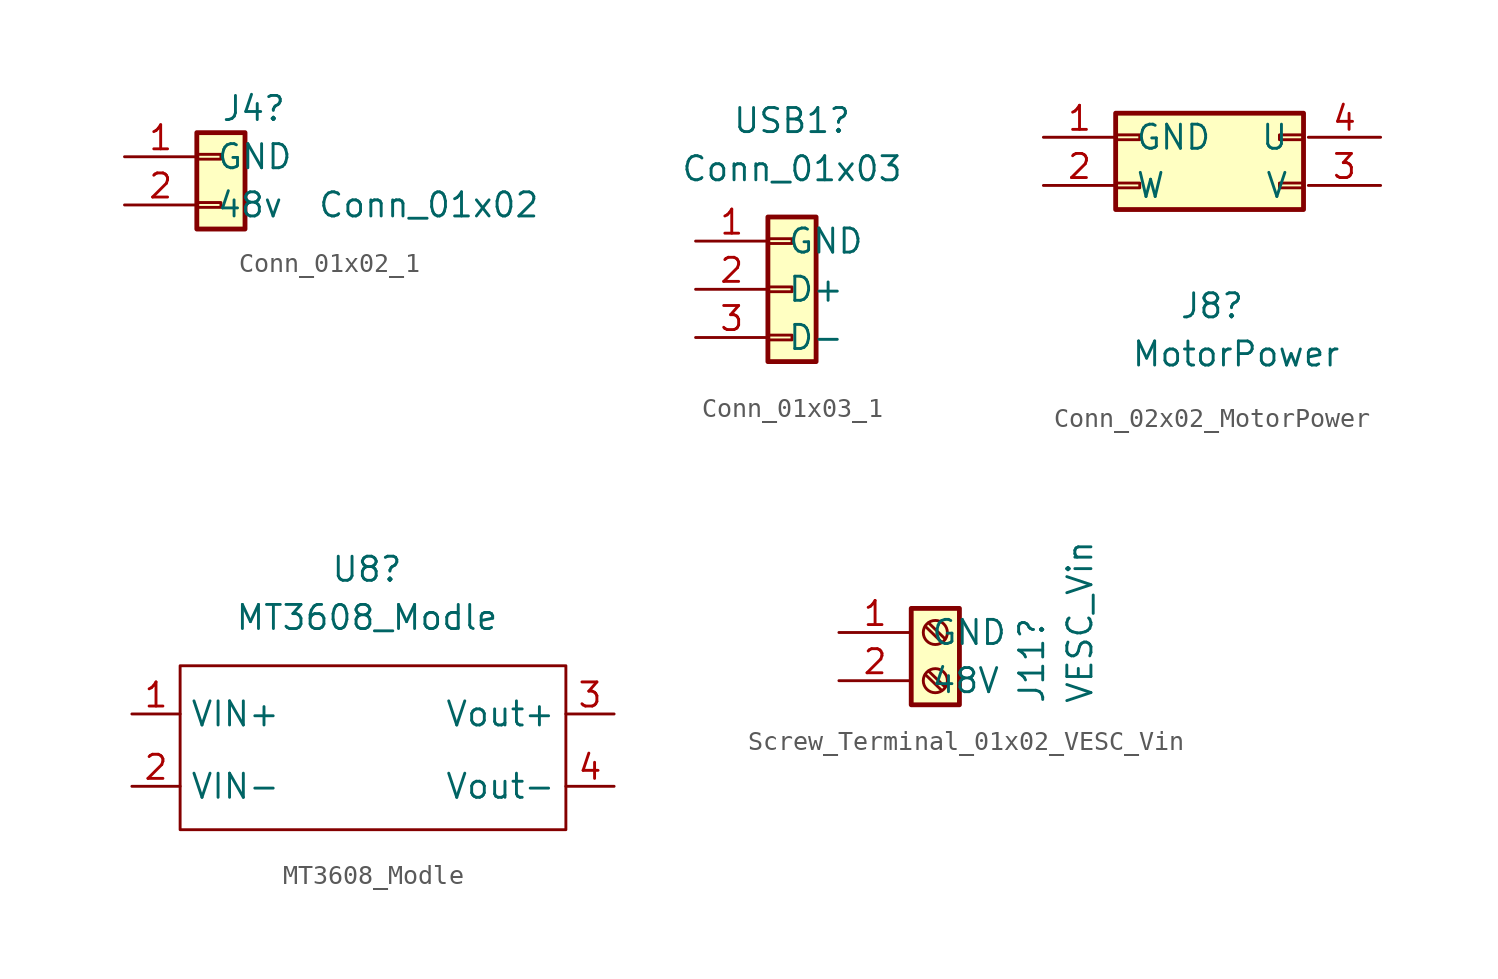
<source format=kicad_sym>
(kicad_symbol_lib
  (version 20220914)
  (generator kicad_symbol_editor)
  (symbol "Conn_01x02_1"
    (pin_names
      (offset 1.016))
    (property "Reference" "J4"
      (at 0 2.54 0)
      (effects (font (size 1.27 1.27)) (justify left)))
    (property "Value" "Conn_01x02"
      (at 5.08 -2.54 0)
      (effects (font (size 1.27 1.27)) (justify left)))
    (symbol "Conn_01x02_1_1_1"
      (rectangle (start -1.27 -2.413) (end 0 -2.667) (stroke (width 0.152) (type default)) (fill (type none)))
      (rectangle (start -1.27 0.127) (end 0 -0.127) (stroke (width 0.152) (type default)) (fill (type none)))
      (rectangle (start -1.27 1.27) (end 1.27 -3.81) (stroke (width 0.254) (type default)) (fill (type background)))
      (pin passive line (at -5.08 0 0) (length 3.81) (name "GND" (effects (font (size 1.27 1.27)))) (number "1" (effects (font (size 1.27 1.27)))))
      (pin passive line (at -5.08 -2.54 0) (length 3.81) (name "48v" (effects (font (size 1.27 1.27)))) (number "2" (effects (font (size 1.27 1.27)))))))
  (symbol "Conn_01x03_1"
    (pin_names
      (offset 1.016))
    (property "Reference" "USB1"
      (at 0 8.89 0)
      (effects (font (size 1.27 1.27))))
    (property "Value" "Conn_01x03"
      (at 0 6.35 0)
      (effects (font (size 1.27 1.27))))
    (symbol "Conn_01x03_1_1_1"
      (rectangle (start -1.27 -2.413) (end 0 -2.667) (stroke (width 0.152) (type default)) (fill (type none)))
      (rectangle (start -1.27 0.127) (end 0 -0.127) (stroke (width 0.152) (type default)) (fill (type none)))
      (rectangle (start -1.27 2.667) (end 0 2.413) (stroke (width 0.152) (type default)) (fill (type none)))
      (rectangle (start -1.27 3.81) (end 1.27 -3.81) (stroke (width 0.254) (type default)) (fill (type background)))
      (pin passive line (at -5.08 2.54 0) (length 3.81) (name "GND" (effects (font (size 1.27 1.27)))) (number "1" (effects (font (size 1.27 1.27)))))
      (pin passive line (at -5.08 0 0) (length 3.81) (name "D+" (effects (font (size 1.27 1.27)))) (number "2" (effects (font (size 1.27 1.27)))))
      (pin passive line (at -5.08 -2.54 0) (length 3.81) (name "D-" (effects (font (size 1.27 1.27)))) (number "3" (effects (font (size 1.27 1.27)))))))
  (symbol "Conn_02x02_MotorPower"
    (pin_names
      (offset 1.016))
    (property "Reference" "J8"
      (at 3.81 -8.89 0)
      (effects (font (size 1.27 1.27))))
    (property "Value" "MotorPower"
      (at 5.08 -11.43 0)
      (effects (font (size 1.27 1.27))))
    (symbol "Conn_02x02_MotorPower_1_1"
      (rectangle (start -1.27 -2.413) (end 0 -2.667) (stroke (width 0.152) (type default)) (fill (type none)))
      (rectangle (start -1.27 0.127) (end 0 -0.127) (stroke (width 0.152) (type default)) (fill (type none)))
      (rectangle (start -1.27 1.27) (end 8.636 -3.81) (stroke (width 0.254) (type default)) (fill (type background)))
      (rectangle (start 8.636 -2.413) (end 7.366 -2.667) (stroke (width 0.152) (type default)) (fill (type none)))
      (rectangle (start 8.636 0.127) (end 7.366 -0.127) (stroke (width 0.152) (type default)) (fill (type none)))
      (pin passive line (at -5.08 0 0) (length 3.81) (name "GND" (effects (font (size 1.27 1.27)))) (number "1" (effects (font (size 1.27 1.27)))))
      (pin passive line (at -5.08 -2.54 0) (length 3.81) (name "W" (effects (font (size 1.27 1.27)))) (number "2" (effects (font (size 1.27 1.27)))))
      (pin passive line (at 12.7 -2.54 180) (length 3.81) (name "V" (effects (font (size 1.27 1.27)))) (number "3" (effects (font (size 1.27 1.27)))))
      (pin passive line (at 12.7 0 180) (length 3.81) (name "U" (effects (font (size 1.27 1.27)))) (number "4" (effects (font (size 1.27 1.27)))))))
  (symbol "MT3608_Modle"
    (property "Reference" "U8"
      (at -0.318 3.81 0)
      (effects (font (size 1.27 1.27))))
    (property "Value" "MT3608_Modle"
      (at -0.318 1.27 0)
      (effects (font (size 1.27 1.27))))
    (symbol "MT3608_Modle_0_1"
      (rectangle (start -10.16 -1.27) (end 10.16 -9.906) (stroke (width 0) (type default)) (fill (type none))))
    (symbol "MT3608_Modle_1_1"
      (pin input line (at -12.7 -3.81 0) (length 2.54) (name "VIN+" (effects (font (size 1.27 1.27)))) (number "1" (effects (font (size 1.27 1.27)))))
      (pin input line (at -12.7 -7.62 0) (length 2.54) (name "VIN-" (effects (font (size 1.27 1.27)))) (number "2" (effects (font (size 1.27 1.27)))))
      (pin output line (at 12.7 -3.81 180) (length 2.54) (name "Vout+" (effects (font (size 1.27 1.27)))) (number "3" (effects (font (size 1.27 1.27)))))
      (pin output line (at 12.7 -7.62 180) (length 2.54) (name "Vout-" (effects (font (size 1.27 1.27)))) (number "4" (effects (font (size 1.27 1.27)))))))
  (symbol "Screw_Terminal_01x02_VESC_Vin"
    (pin_names
      (offset 1.016))
    (property "Reference" "J11"
      (at 5.08 -3.81 90)
      (effects (font (size 1.27 1.27)) (justify left)))
    (property "Value" "VESC_Vin"
      (at 7.62 -3.81 90)
      (effects (font (size 1.27 1.27)) (justify left)))
    (symbol "Screw_Terminal_01x02_VESC_Vin_1_1"
      (rectangle (start -1.27 1.27) (end 1.27 -3.81) (stroke (width 0.254) (type default)) (fill (type background)))
      (circle (center 0 -2.54) (radius 0.635) (stroke (width 0.152) (type default)) (fill (type none)))
      (polyline (pts (xy -0.533 -2.21) (xy 0.33 -3.048)) (stroke (width 0.152) (type default)) (fill (type none)))
      (polyline (pts (xy -0.533 0.33) (xy 0.33 -0.508)) (stroke (width 0.152) (type default)) (fill (type none)))
      (polyline (pts (xy -0.356 -2.032) (xy 0.508 -2.87)) (stroke (width 0.152) (type default)) (fill (type none)))
      (polyline (pts (xy -0.356 0.508) (xy 0.508 -0.33)) (stroke (width 0.152) (type default)) (fill (type none)))
      (circle (center 0 0) (radius 0.635) (stroke (width 0.152) (type default)) (fill (type none)))
      (pin passive line (at -5.08 0 0) (length 3.81) (name "GND" (effects (font (size 1.27 1.27)))) (number "1" (effects (font (size 1.27 1.27)))))
      (pin passive line (at -5.08 -2.54 0) (length 3.81) (name "48V" (effects (font (size 1.27 1.27)))) (number "2" (effects (font (size 1.27 1.27))))))))
</source>
